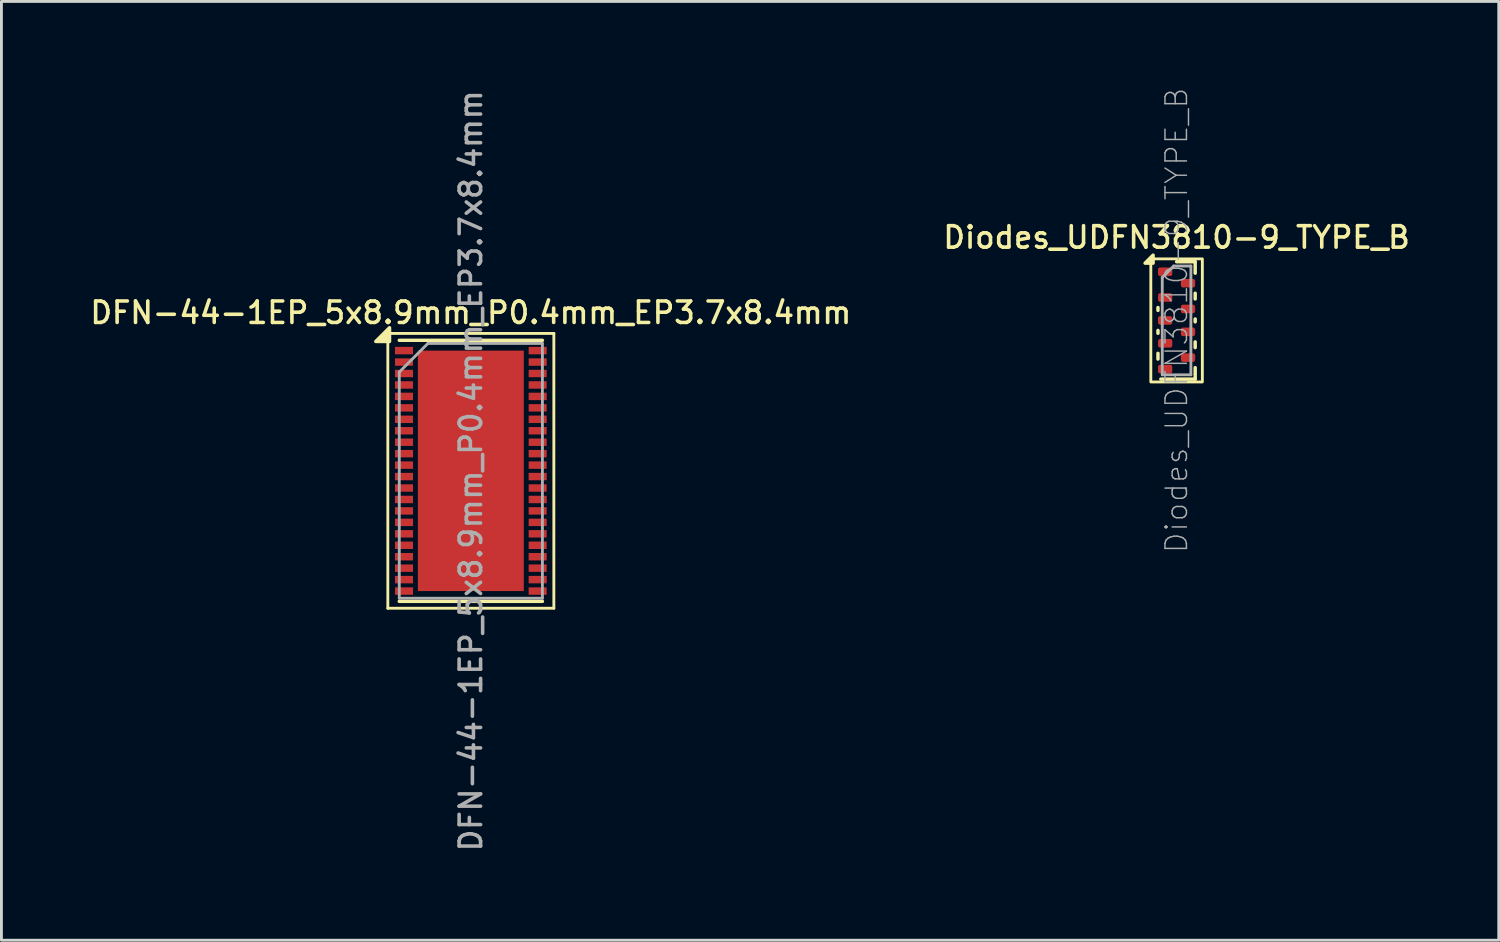
<source format=kicad_pcb>
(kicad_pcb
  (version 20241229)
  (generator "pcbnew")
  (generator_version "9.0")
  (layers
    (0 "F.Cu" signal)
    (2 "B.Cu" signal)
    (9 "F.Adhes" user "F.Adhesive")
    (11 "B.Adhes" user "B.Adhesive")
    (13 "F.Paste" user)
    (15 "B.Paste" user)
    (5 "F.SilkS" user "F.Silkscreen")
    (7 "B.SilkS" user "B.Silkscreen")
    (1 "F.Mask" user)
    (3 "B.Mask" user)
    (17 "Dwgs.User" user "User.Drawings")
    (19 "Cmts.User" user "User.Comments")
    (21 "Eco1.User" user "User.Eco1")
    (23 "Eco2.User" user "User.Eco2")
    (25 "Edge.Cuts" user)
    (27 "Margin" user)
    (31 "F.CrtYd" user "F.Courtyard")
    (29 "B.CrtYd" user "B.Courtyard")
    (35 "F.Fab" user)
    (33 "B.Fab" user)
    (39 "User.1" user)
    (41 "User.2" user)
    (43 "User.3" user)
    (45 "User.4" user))
  (footprint "DFN-44-1EP_5x8.9mm_P0.4mm_EP3.7x8.4mm"
    (layer "F.Cu")
    (at 13.398 13.398)
    (property "Reference" "DFN-44-1EP_5x8.9mm_P0.4mm_EP3.7x8.4mm" (at 0 -5.525 0) (layer "F.SilkS") (effects (font (size 0.75 0.75) (thickness 0.125))))
    (attr smd)
    (fp_line (start -2.9 -4.8) (end -2.9 4.8) (stroke (width 0.1) (type solid)) (layer "F.SilkS"))
    (fp_line (start -2.9 -4.8) (end 2.9 -4.8) (stroke (width 0.1) (type solid)) (layer "F.SilkS"))
    (fp_line (start -2.9 4.8) (end 2.9 4.8) (stroke (width 0.1) (type solid)) (layer "F.SilkS"))
    (fp_line (start -2.5 -4.56) (end 2.5 -4.56) (stroke (width 0.12) (type solid)) (layer "F.SilkS"))
    (fp_line (start -2.5 4.56) (end 2.5 4.56) (stroke (width 0.12) (type solid)) (layer "F.SilkS"))
    (fp_line (start 2.9 -4.8) (end 2.9 4.8) (stroke (width 0.1) (type solid)) (layer "F.SilkS"))
    (fp_poly (pts (xy -2.84 -4.52) (xy -3.32 -4.52) (xy -2.84 -5) (xy -2.84 -4.52)) (stroke (width 0.12) (type solid)) (fill yes) (layer "F.SilkS"))
    (fp_line (start -2.5 -3.45) (end -1.5 -4.45) (stroke (width 0.1) (type solid)) (layer "F.Fab"))
    (fp_line (start -2.5 4.45) (end -2.5 -3.45) (stroke (width 0.1) (type solid)) (layer "F.Fab"))
    (fp_line (start -1.5 -4.45) (end 2.5 -4.45) (stroke (width 0.1) (type solid)) (layer "F.Fab"))
    (fp_line (start 2.5 -4.45) (end 2.5 4.45) (stroke (width 0.1) (type solid)) (layer "F.Fab"))
    (fp_line (start 2.5 4.45) (end -2.5 4.45) (stroke (width 0.1) (type solid)) (layer "F.Fab"))
    (fp_text user "${REFERENCE}" (at 0 0 90) (layer "F.Fab") (effects (font (size 0.75 0.75) (thickness 0.125))))
    (pad "" smd rect (at -1.2 -3.5) (size 0.98 1.15) (layers "F.Paste"))
    (pad "" smd rect (at -1.2 -2.1) (size 0.98 1.15) (layers "F.Paste"))
    (pad "" smd rect (at -1.2 -0.7) (size 0.98 1.15) (layers "F.Paste"))
    (pad "" smd rect (at -1.2 0.7) (size 0.98 1.15) (layers "F.Paste"))
    (pad "" smd rect (at -1.2 2.1) (size 0.98 1.15) (layers "F.Paste"))
    (pad "" smd rect (at -1.2 3.5) (size 0.98 1.15) (layers "F.Paste"))
    (pad "" smd rect (at 0 -3.5) (size 0.98 1.15) (layers "F.Paste"))
    (pad "" smd rect (at 0 -2.1) (size 0.98 1.15) (layers "F.Paste"))
    (pad "" smd rect (at 0 -0.7) (size 0.98 1.15) (layers "F.Paste"))
    (pad "" smd rect (at 0 0.7) (size 0.98 1.15) (layers "F.Paste"))
    (pad "" smd rect (at 0 2.1) (size 0.98 1.15) (layers "F.Paste"))
    (pad "" smd rect (at 0 3.5) (size 0.98 1.15) (layers "F.Paste"))
    (pad "" smd rect (at 1.2 -3.5) (size 0.98 1.15) (layers "F.Paste"))
    (pad "" smd rect (at 1.2 -2.1) (size 0.98 1.15) (layers "F.Paste"))
    (pad "" smd rect (at 1.2 -0.7) (size 0.98 1.15) (layers "F.Paste"))
    (pad "" smd rect (at 1.2 0.7) (size 0.98 1.15) (layers "F.Paste"))
    (pad "" smd rect (at 1.2 2.1) (size 0.98 1.15) (layers "F.Paste"))
    (pad "" smd rect (at 1.2 3.5) (size 0.98 1.15) (layers "F.Paste"))
    (pad "1" smd rect (at -2.335 -4.2) (size 0.63 0.26) (layers "F.Cu" "F.Mask" "F.Paste"))
    (pad "2" smd rect (at -2.335 -3.8) (size 0.63 0.26) (layers "F.Cu" "F.Mask" "F.Paste"))
    (pad "3" smd rect (at -2.335 -3.4) (size 0.63 0.26) (layers "F.Cu" "F.Mask" "F.Paste"))
    (pad "4" smd rect (at -2.335 -3) (size 0.63 0.26) (layers "F.Cu" "F.Mask" "F.Paste"))
    (pad "5" smd rect (at -2.335 -2.6) (size 0.63 0.26) (layers "F.Cu" "F.Mask" "F.Paste"))
    (pad "6" smd rect (at -2.335 -2.2) (size 0.63 0.26) (layers "F.Cu" "F.Mask" "F.Paste"))
    (pad "7" smd rect (at -2.335 -1.8) (size 0.63 0.26) (layers "F.Cu" "F.Mask" "F.Paste"))
    (pad "8" smd rect (at -2.335 -1.4) (size 0.63 0.26) (layers "F.Cu" "F.Mask" "F.Paste"))
    (pad "9" smd rect (at -2.335 -1) (size 0.63 0.26) (layers "F.Cu" "F.Mask" "F.Paste"))
    (pad "10" smd rect (at -2.335 -0.6) (size 0.63 0.26) (layers "F.Cu" "F.Mask" "F.Paste"))
    (pad "11" smd rect (at -2.335 -0.2) (size 0.63 0.26) (layers "F.Cu" "F.Mask" "F.Paste"))
    (pad "12" smd rect (at -2.335 0.2) (size 0.63 0.26) (layers "F.Cu" "F.Mask" "F.Paste"))
    (pad "13" smd rect (at -2.335 0.6) (size 0.63 0.26) (layers "F.Cu" "F.Mask" "F.Paste"))
    (pad "14" smd rect (at -2.335 1) (size 0.63 0.26) (layers "F.Cu" "F.Mask" "F.Paste"))
    (pad "15" smd rect (at -2.335 1.4) (size 0.63 0.26) (layers "F.Cu" "F.Mask" "F.Paste"))
    (pad "16" smd rect (at -2.335 1.8) (size 0.63 0.26) (layers "F.Cu" "F.Mask" "F.Paste"))
    (pad "17" smd rect (at -2.335 2.2) (size 0.63 0.26) (layers "F.Cu" "F.Mask" "F.Paste"))
    (pad "18" smd rect (at -2.335 2.6) (size 0.63 0.26) (layers "F.Cu" "F.Mask" "F.Paste"))
    (pad "19" smd rect (at -2.335 3) (size 0.63 0.26) (layers "F.Cu" "F.Mask" "F.Paste"))
    (pad "20" smd rect (at -2.335 3.4) (size 0.63 0.26) (layers "F.Cu" "F.Mask" "F.Paste"))
    (pad "21" smd rect (at -2.335 3.8) (size 0.63 0.26) (layers "F.Cu" "F.Mask" "F.Paste"))
    (pad "22" smd rect (at -2.335 4.2) (size 0.63 0.26) (layers "F.Cu" "F.Mask" "F.Paste"))
    (pad "23" smd rect (at 2.335 4.2) (size 0.63 0.26) (layers "F.Cu" "F.Mask" "F.Paste"))
    (pad "24" smd rect (at 2.335 3.8) (size 0.63 0.26) (layers "F.Cu" "F.Mask" "F.Paste"))
    (pad "25" smd rect (at 2.335 3.4) (size 0.63 0.26) (layers "F.Cu" "F.Mask" "F.Paste"))
    (pad "26" smd rect (at 2.335 3) (size 0.63 0.26) (layers "F.Cu" "F.Mask" "F.Paste"))
    (pad "27" smd rect (at 2.335 2.6) (size 0.63 0.26) (layers "F.Cu" "F.Mask" "F.Paste"))
    (pad "28" smd rect (at 2.335 2.2) (size 0.63 0.26) (layers "F.Cu" "F.Mask" "F.Paste"))
    (pad "29" smd rect (at 2.335 1.8) (size 0.63 0.26) (layers "F.Cu" "F.Mask" "F.Paste"))
    (pad "30" smd rect (at 2.335 1.4) (size 0.63 0.26) (layers "F.Cu" "F.Mask" "F.Paste"))
    (pad "31" smd rect (at 2.335 1) (size 0.63 0.26) (layers "F.Cu" "F.Mask" "F.Paste"))
    (pad "32" smd rect (at 2.335 0.6) (size 0.63 0.26) (layers "F.Cu" "F.Mask" "F.Paste"))
    (pad "33" smd rect (at 2.335 0.2) (size 0.63 0.26) (layers "F.Cu" "F.Mask" "F.Paste"))
    (pad "34" smd rect (at 2.335 -0.2) (size 0.63 0.26) (layers "F.Cu" "F.Mask" "F.Paste"))
    (pad "35" smd rect (at 2.335 -0.6) (size 0.63 0.26) (layers "F.Cu" "F.Mask" "F.Paste"))
    (pad "36" smd rect (at 2.335 -1) (size 0.63 0.26) (layers "F.Cu" "F.Mask" "F.Paste"))
    (pad "37" smd rect (at 2.335 -1.4) (size 0.63 0.26) (layers "F.Cu" "F.Mask" "F.Paste"))
    (pad "38" smd rect (at 2.335 -1.8) (size 0.63 0.26) (layers "F.Cu" "F.Mask" "F.Paste"))
    (pad "39" smd rect (at 2.335 -2.2) (size 0.63 0.26) (layers "F.Cu" "F.Mask" "F.Paste"))
    (pad "40" smd rect (at 2.335 -2.6) (size 0.63 0.26) (layers "F.Cu" "F.Mask" "F.Paste"))
    (pad "41" smd rect (at 2.335 -3) (size 0.63 0.26) (layers "F.Cu" "F.Mask" "F.Paste"))
    (pad "42" smd rect (at 2.335 -3.4) (size 0.63 0.26) (layers "F.Cu" "F.Mask" "F.Paste"))
    (pad "43" smd rect (at 2.335 -3.8) (size 0.63 0.26) (layers "F.Cu" "F.Mask" "F.Paste"))
    (pad "44" smd rect (at 2.335 -4.2) (size 0.63 0.26) (layers "F.Cu" "F.Mask" "F.Paste"))
    (pad "45" smd rect (at 0 0) (size 3.7 8.4) (layers "F.Cu" "F.Mask")))
  (footprint "Diodes_UDFN3810-9_TYPE_B"
    (layer "F.Cu")
    (at 38.052 8.143)
    (property "Reference" "Diodes_UDFN3810-9_TYPE_B" (at 0 -2.9 0) (layer "F.SilkS") (effects (font (size 0.75 0.75) (thickness 0.125))))
    (attr smd)
    (fp_line (start -0.65 -0.45) (end -0.65 -0.35) (stroke (width 0.12) (type solid)) (layer "F.SilkS"))
    (fp_line (start -0.65 0.35) (end -0.65 0.45) (stroke (width 0.12) (type solid)) (layer "F.SilkS"))
    (fp_line (start -0.65 1.15) (end -0.65 1.35) (stroke (width 0.12) (type solid)) (layer "F.SilkS"))
    (fp_line (start 0.65 -2.05) (end 0 -2.05) (stroke (width 0.12) (type solid)) (layer "F.SilkS"))
    (fp_line (start 0.65 -1.65) (end 0.65 -2.05) (stroke (width 0.12) (type solid)) (layer "F.SilkS"))
    (fp_line (start 0.65 -0.95) (end 0.65 -0.75) (stroke (width 0.12) (type solid)) (layer "F.SilkS"))
    (fp_line (start 0.65 -0.05) (end 0.65 0.05) (stroke (width 0.12) (type solid)) (layer "F.SilkS"))
    (fp_line (start 0.65 0.75) (end 0.65 0.95) (stroke (width 0.12) (type solid)) (layer "F.SilkS"))
    (fp_line (start 0.65 1.65) (end 0.65 2.05) (stroke (width 0.12) (type solid)) (layer "F.SilkS"))
    (fp_line (start 0.65 2.05) (end -0.55 2.05) (stroke (width 0.12) (type solid)) (layer "F.SilkS"))
    (fp_rect (start -0.9 -2.15) (end 0.9 2.15) (stroke (width 0.1) (type default)) (fill no) (layer "F.SilkS"))
    (fp_poly (pts (xy -0.82 -2) (xy -1.1 -2) (xy -0.82 -2.28) (xy -0.82 -2)) (stroke (width 0.12) (type solid)) (fill yes) (layer "F.SilkS"))
    (fp_line (start -0.5 -1.5) (end -0.5 1.9) (stroke (width 0.1) (type solid)) (layer "F.Fab"))
    (fp_line (start -0.5 1.9) (end 0.5 1.9) (stroke (width 0.1) (type solid)) (layer "F.Fab"))
    (fp_line (start -0.1 -1.9) (end -0.5 -1.5) (stroke (width 0.1) (type solid)) (layer "F.Fab"))
    (fp_line (start 0.5 -1.9) (end -0.1 -1.9) (stroke (width 0.1) (type solid)) (layer "F.Fab"))
    (fp_line (start 0.5 1.9) (end 0.5 -1.9) (stroke (width 0.1) (type solid)) (layer "F.Fab"))
    (fp_text user "${REFERENCE}" (at 0 0 90) (layer "F.Fab") (effects (font (size 0.75 0.75) (thickness 0.05))))
    (pad "1" smd roundrect (at -0.4 -1.7) (size 0.5 0.3) (layers "F.Cu" "F.Mask" "F.Paste") (roundrect_rratio 0.25))
    (pad "2" smd roundrect (at -0.4 -0.8) (size 0.5 0.3) (layers "F.Cu" "F.Mask" "F.Paste") (roundrect_rratio 0.25))
    (pad "3" smd roundrect (at -0.4 0) (size 0.5 0.3) (layers "F.Cu" "F.Mask" "F.Paste") (roundrect_rratio 0.25))
    (pad "4" smd roundrect (at -0.4 0.8) (size 0.5 0.3) (layers "F.Cu" "F.Mask" "F.Paste") (roundrect_rratio 0.25))
    (pad "5" smd roundrect (at -0.4 1.7) (size 0.5 0.3) (layers "F.Cu" "F.Mask" "F.Paste") (roundrect_rratio 0.25))
    (pad "6" smd roundrect (at 0.4 1.3) (size 0.5 0.3) (layers "F.Cu" "F.Mask" "F.Paste") (roundrect_rratio 0.25))
    (pad "7" smd roundrect (at 0.4 0.4) (size 0.5 0.3) (layers "F.Cu" "F.Mask" "F.Paste") (roundrect_rratio 0.25))
    (pad "8" smd roundrect (at 0.4 -0.4) (size 0.5 0.3) (layers "F.Cu" "F.Mask" "F.Paste") (roundrect_rratio 0.25))
    (pad "9" smd roundrect (at 0.4 -1.3) (size 0.5 0.3) (layers "F.Cu" "F.Mask" "F.Paste") (roundrect_rratio 0.25)))
  (gr_rect
    (start -3 -3)
    (end 49.307 29.796)
    (stroke (width 0.1) (type default))
    (fill no)
    (layer "Edge.Cuts")))
</source>
